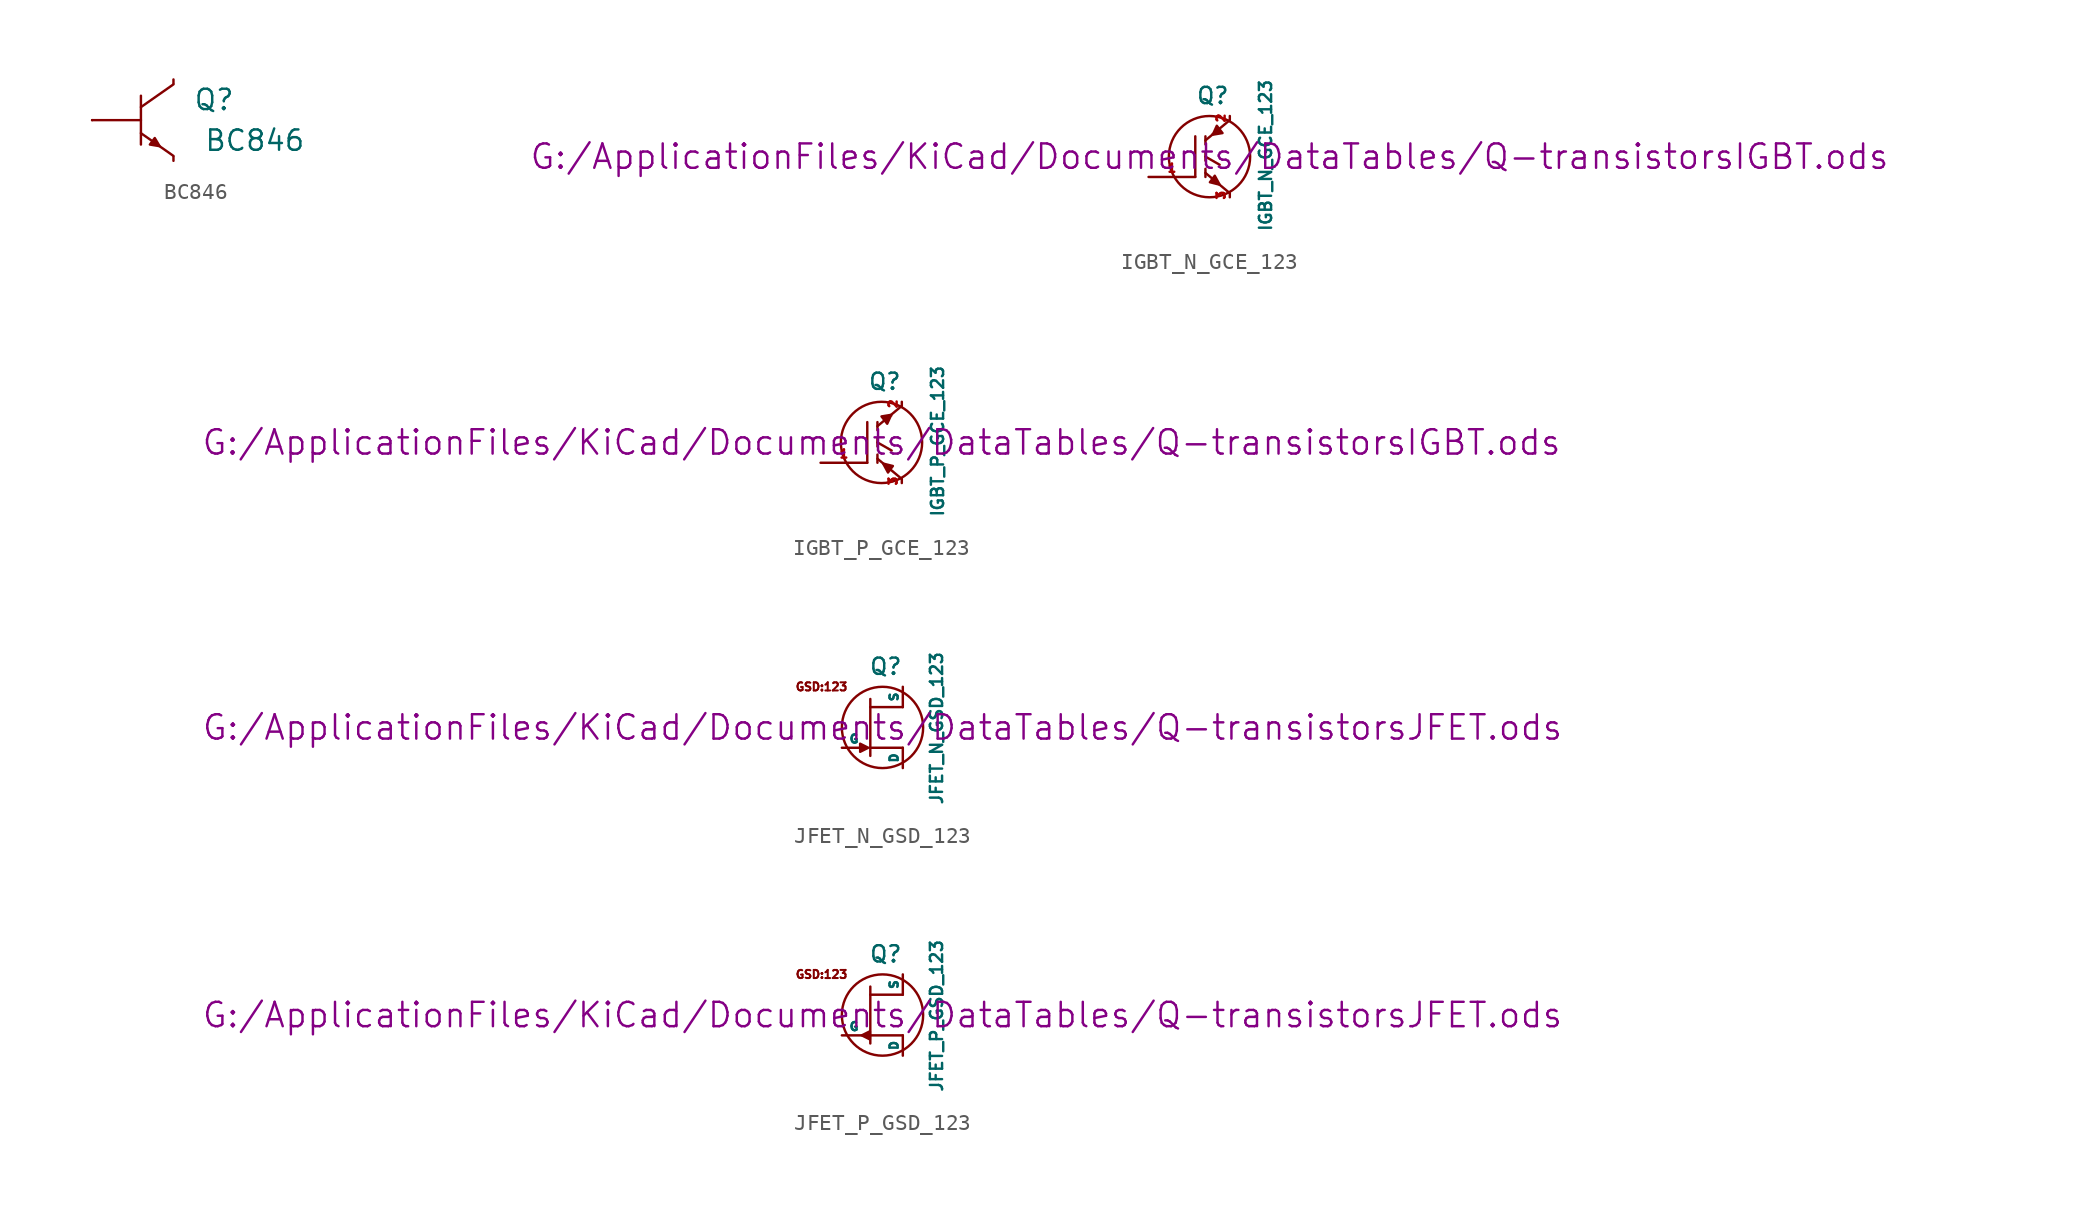
<source format=kicad_sym>
(kicad_symbol_lib
  (version 20211014)
  (generator kicad_symbol_editor)
  (symbol "BC846"
    (pin_numbers hide)
    (pin_names hide)
    (property "Reference" "Q"
      (at 3.81 1.27 0)
      (effects (font (size 1.27 1.27))))
    (property "Value" "BC846"
      (at 6.35 -1.27 0)
      (effects (font (size 1.27 1.27))))
    (symbol "BC846_0_1"
      (polyline (pts (xy -3.81 0) (xy -0.762 0)) (stroke (width 0) (type default) (color 0 0 0 0)) (fill (type none)))
      (polyline (pts (xy -0.762 -0.813) (xy 1.27 -2.235)) (stroke (width 0) (type default) (color 0 0 0 0)) (fill (type none)))
      (polyline (pts (xy -0.762 0.813) (xy 1.27 2.235)) (stroke (width 0) (type default) (color 0 0 0 0)) (fill (type none)))
      (polyline (pts (xy -0.762 1.524) (xy -0.762 -1.524)) (stroke (width 0) (type default) (color 0 0 0 0)) (fill (type none)))
      (polyline (pts (xy 0.406 -1.626) (xy 0.102 -1.118) (xy -0.203 -1.524) (xy 0.406 -1.626)) (stroke (width 0) (type default) (color 0 0 0 0)) (fill (type outline))))
    (symbol "BC846_1_1"
      (pin passive line (at -3.81 0 0) (length 0) (name "B" (effects (font (size 0.508 0.508)))) (number "1" (effects (font (size 0.508 0.508)))))
      (pin passive line (at 1.27 -2.54 90) (length 0.254) (name "E" (effects (font (size 0.635 0.635)))) (number "2" (effects (font (size 0.508 0.508)))))
      (pin passive line (at 1.27 2.54 270) (length 0.254) (name "C" (effects (font (size 0.635 0.635)))) (number "3" (effects (font (size 0.508 0.508)))))))
  (symbol "IGBT_N_GCE_123"
    (pin_names
      (offset 0) hide)
    (property "Reference" "Q"
      (at 0.203 3.81 0)
      (effects (font (size 1.016 1.016))))
    (property "Value" "IGBT_N_GCE_123"
      (at 3.505 0.076 90)
      (effects (font (size 0.762 0.762))))
    (property "Footprint" ""
      (at 0 0 0)
      (effects (font (size 1.524 1.524))))
    (property "Datasheet" "G:/ApplicationFiles/KiCad/Documents/DataTables/Q-transistorsIGBT.ods"
      (at 0 0 0)
      (effects (font (size 1.524 1.524))))
    (symbol "IGBT_N_GCE_123_0_1"
      (polyline (pts (xy -0.889 1.27) (xy -0.889 -1.27)) (stroke (width 0) (type default) (color 0 0 0 0)) (fill (type none)))
      (polyline (pts (xy -0.254 -1.016) (xy 1.27 -2.286)) (stroke (width 0) (type default) (color 0 0 0 0)) (fill (type none)))
      (polyline (pts (xy -0.254 -0.762) (xy -0.254 -1.27)) (stroke (width 0) (type default) (color 0 0 0 0)) (fill (type none)))
      (polyline (pts (xy -0.254 0) (xy 0.635 -0.508)) (stroke (width 0) (type default) (color 0 0 0 0)) (fill (type none)))
      (polyline (pts (xy -0.254 0.254) (xy -0.254 -0.254)) (stroke (width 0) (type default) (color 0 0 0 0)) (fill (type none)))
      (polyline (pts (xy -0.254 1.27) (xy -0.254 0.762)) (stroke (width 0) (type default) (color 0 0 0 0)) (fill (type none)))
      (polyline (pts (xy 1.27 2.286) (xy -0.254 1.016)) (stroke (width 0) (type default) (color 0 0 0 0)) (fill (type none)))
      (polyline (pts (xy 0.33 -1.194) (xy 0.025 -1.6) (xy 0.635 -1.753) (xy 0.33 -1.194)) (stroke (width 0) (type default) (color 0 0 0 0)) (fill (type outline)))
      (polyline (pts (xy 0.203 1.372) (xy 0.457 1.93) (xy 0.813 1.473) (xy 0.203 1.372) (xy 0.203 1.422)) (stroke (width 0) (type default) (color 0 0 0 0)) (fill (type outline)))
      (circle (center 0 0) (radius 2.54) (stroke (width 0) (type default) (color 0 0 0 0)) (fill (type none))))
    (symbol "IGBT_N_GCE_123_1_1"
      (pin passive line (at -3.81 -1.27 0) (length 2.921) (name "G" (effects (font (size 0.508 0.508)))) (number "1" (effects (font (size 0.508 0.508)))))
      (pin passive line (at 1.27 2.54 270) (length 0.254) (name "C" (effects (font (size 0.635 0.635)))) (number "2" (effects (font (size 0.508 0.508)))))
      (pin passive line (at 1.27 -2.54 90) (length 0.254) (name "E" (effects (font (size 0.635 0.635)))) (number "3" (effects (font (size 0.508 0.508)))))))
  (symbol "IGBT_P_GCE_123"
    (pin_names
      (offset 0) hide)
    (property "Reference" "Q"
      (at 0.203 3.81 0)
      (effects (font (size 1.016 1.016))))
    (property "Value" "IGBT_P_GCE_123"
      (at 3.505 0.076 90)
      (effects (font (size 0.762 0.762))))
    (property "Footprint" ""
      (at 0 0 0)
      (effects (font (size 1.524 1.524))))
    (property "Datasheet" "G:/ApplicationFiles/KiCad/Documents/DataTables/Q-transistorsIGBT.ods"
      (at 0 0 0)
      (effects (font (size 1.524 1.524))))
    (symbol "IGBT_P_GCE_123_0_1"
      (polyline (pts (xy -0.889 1.27) (xy -0.889 -1.27)) (stroke (width 0) (type default) (color 0 0 0 0)) (fill (type none)))
      (polyline (pts (xy -0.254 -1.016) (xy 1.27 -2.286)) (stroke (width 0) (type default) (color 0 0 0 0)) (fill (type none)))
      (polyline (pts (xy -0.254 -0.762) (xy -0.254 -1.27)) (stroke (width 0) (type default) (color 0 0 0 0)) (fill (type none)))
      (polyline (pts (xy -0.254 0) (xy 0.635 -0.508)) (stroke (width 0) (type default) (color 0 0 0 0)) (fill (type none)))
      (polyline (pts (xy -0.254 0.254) (xy -0.254 -0.254)) (stroke (width 0) (type default) (color 0 0 0 0)) (fill (type none)))
      (polyline (pts (xy -0.254 1.27) (xy -0.254 0.762)) (stroke (width 0) (type default) (color 0 0 0 0)) (fill (type none)))
      (polyline (pts (xy 1.27 2.286) (xy -0.254 1.016)) (stroke (width 0) (type default) (color 0 0 0 0)) (fill (type none)))
      (polyline (pts (xy 0.406 -1.88) (xy 0.711 -1.473) (xy 0.102 -1.321) (xy 0.406 -1.88)) (stroke (width 0) (type default) (color 0 0 0 0)) (fill (type outline)))
      (polyline (pts (xy 0.61 1.727) (xy 0.356 1.168) (xy 0 1.626) (xy 0.61 1.727) (xy 0.61 1.676)) (stroke (width 0) (type default) (color 0 0 0 0)) (fill (type outline)))
      (circle (center 0 0) (radius 2.54) (stroke (width 0) (type default) (color 0 0 0 0)) (fill (type none))))
    (symbol "IGBT_P_GCE_123_1_1"
      (pin passive line (at -3.81 -1.27 0) (length 2.921) (name "G" (effects (font (size 0.508 0.508)))) (number "1" (effects (font (size 0.508 0.508)))))
      (pin passive line (at 1.27 2.54 270) (length 0.254) (name "C" (effects (font (size 0.635 0.635)))) (number "2" (effects (font (size 0.508 0.508)))))
      (pin passive line (at 1.27 -2.54 90) (length 0.254) (name "E" (effects (font (size 0.635 0.635)))) (number "3" (effects (font (size 0.508 0.508)))))))
  (symbol "JFET_N_GSD_123"
    (pin_numbers hide)
    (pin_names
      (offset 0))
    (property "Reference" "Q"
      (at 0.203 3.81 0)
      (effects (font (size 1.016 1.016))))
    (property "Value" "JFET_N_GSD_123"
      (at 3.378 -0.051 90)
      (effects (font (size 0.762 0.762))))
    (property "Footprint" ""
      (at 0 0 0)
      (effects (font (size 1.524 1.524))))
    (property "Datasheet" "G:/ApplicationFiles/KiCad/Documents/DataTables/Q-transistorsJFET.ods"
      (at 0 0 0)
      (effects (font (size 1.524 1.524))))
    (symbol "JFET_N_GSD_123_0_0"
      (text "GSD:123" (at -3.81 2.54 0) (effects (font (size 0.508 0.508)))))
    (symbol "JFET_N_GSD_123_0_1"
      (polyline (pts (xy -0.762 -1.27) (xy 1.27 -1.27)) (stroke (width 0) (type default) (color 0 0 0 0)) (fill (type none)))
      (polyline (pts (xy -0.762 1.27) (xy 1.27 1.27)) (stroke (width 0) (type default) (color 0 0 0 0)) (fill (type none)))
      (polyline (pts (xy -0.762 1.778) (xy -0.762 -1.778)) (stroke (width 0) (type default) (color 0 0 0 0)) (fill (type none)))
      (polyline (pts (xy -0.889 -1.27) (xy -1.397 -1.016) (xy -1.397 -1.524) (xy -0.889 -1.27)) (stroke (width 0) (type default) (color 0 0 0 0)) (fill (type outline)))
      (circle (center 0 0) (radius 2.54) (stroke (width 0) (type default) (color 0 0 0 0)) (fill (type none))))
    (symbol "JFET_N_GSD_123_1_1"
      (pin passive line (at -2.54 -1.27 0) (length 1.524) (name "G" (effects (font (size 0.508 0.508)))) (number "1" (effects (font (size 0.635 0.635)))))
      (pin passive line (at 1.27 2.54 270) (length 1.27) (name "S" (effects (font (size 0.508 0.508)))) (number "2" (effects (font (size 0.508 0.508)))))
      (pin passive line (at 1.27 -2.54 90) (length 1.27) (name "D" (effects (font (size 0.508 0.508)))) (number "3" (effects (font (size 0.635 0.635)))))))
  (symbol "JFET_P_GSD_123"
    (pin_numbers hide)
    (pin_names
      (offset 0))
    (property "Reference" "Q"
      (at 0.203 3.81 0)
      (effects (font (size 1.016 1.016))))
    (property "Value" "JFET_P_GSD_123"
      (at 3.378 -0.051 90)
      (effects (font (size 0.762 0.762))))
    (property "Footprint" ""
      (at 0 0 0)
      (effects (font (size 1.524 1.524))))
    (property "Datasheet" "G:/ApplicationFiles/KiCad/Documents/DataTables/Q-transistorsJFET.ods"
      (at 0 0 0)
      (effects (font (size 1.524 1.524))))
    (symbol "JFET_P_GSD_123_0_0"
      (text "GSD:123" (at -3.81 2.54 0) (effects (font (size 0.508 0.508)))))
    (symbol "JFET_P_GSD_123_0_1"
      (polyline (pts (xy -0.762 -1.27) (xy 1.27 -1.27)) (stroke (width 0) (type default) (color 0 0 0 0)) (fill (type none)))
      (polyline (pts (xy -0.762 1.27) (xy 1.27 1.27)) (stroke (width 0) (type default) (color 0 0 0 0)) (fill (type none)))
      (polyline (pts (xy -0.762 1.778) (xy -0.762 -1.778)) (stroke (width 0) (type default) (color 0 0 0 0)) (fill (type none)))
      (polyline (pts (xy -1.295 -1.27) (xy -0.787 -1.016) (xy -0.787 -1.524) (xy -1.295 -1.27)) (stroke (width 0) (type default) (color 0 0 0 0)) (fill (type outline)))
      (circle (center 0 0) (radius 2.54) (stroke (width 0) (type default) (color 0 0 0 0)) (fill (type none))))
    (symbol "JFET_P_GSD_123_1_1"
      (pin passive line (at -2.54 -1.27 0) (length 1.524) (name "G" (effects (font (size 0.508 0.508)))) (number "1" (effects (font (size 0.635 0.635)))))
      (pin passive line (at 1.27 2.54 270) (length 1.27) (name "S" (effects (font (size 0.508 0.508)))) (number "2" (effects (font (size 0.508 0.508)))))
      (pin passive line (at 1.27 -2.54 90) (length 1.27) (name "D" (effects (font (size 0.508 0.508)))) (number "3" (effects (font (size 0.635 0.635))))))))
</source>
